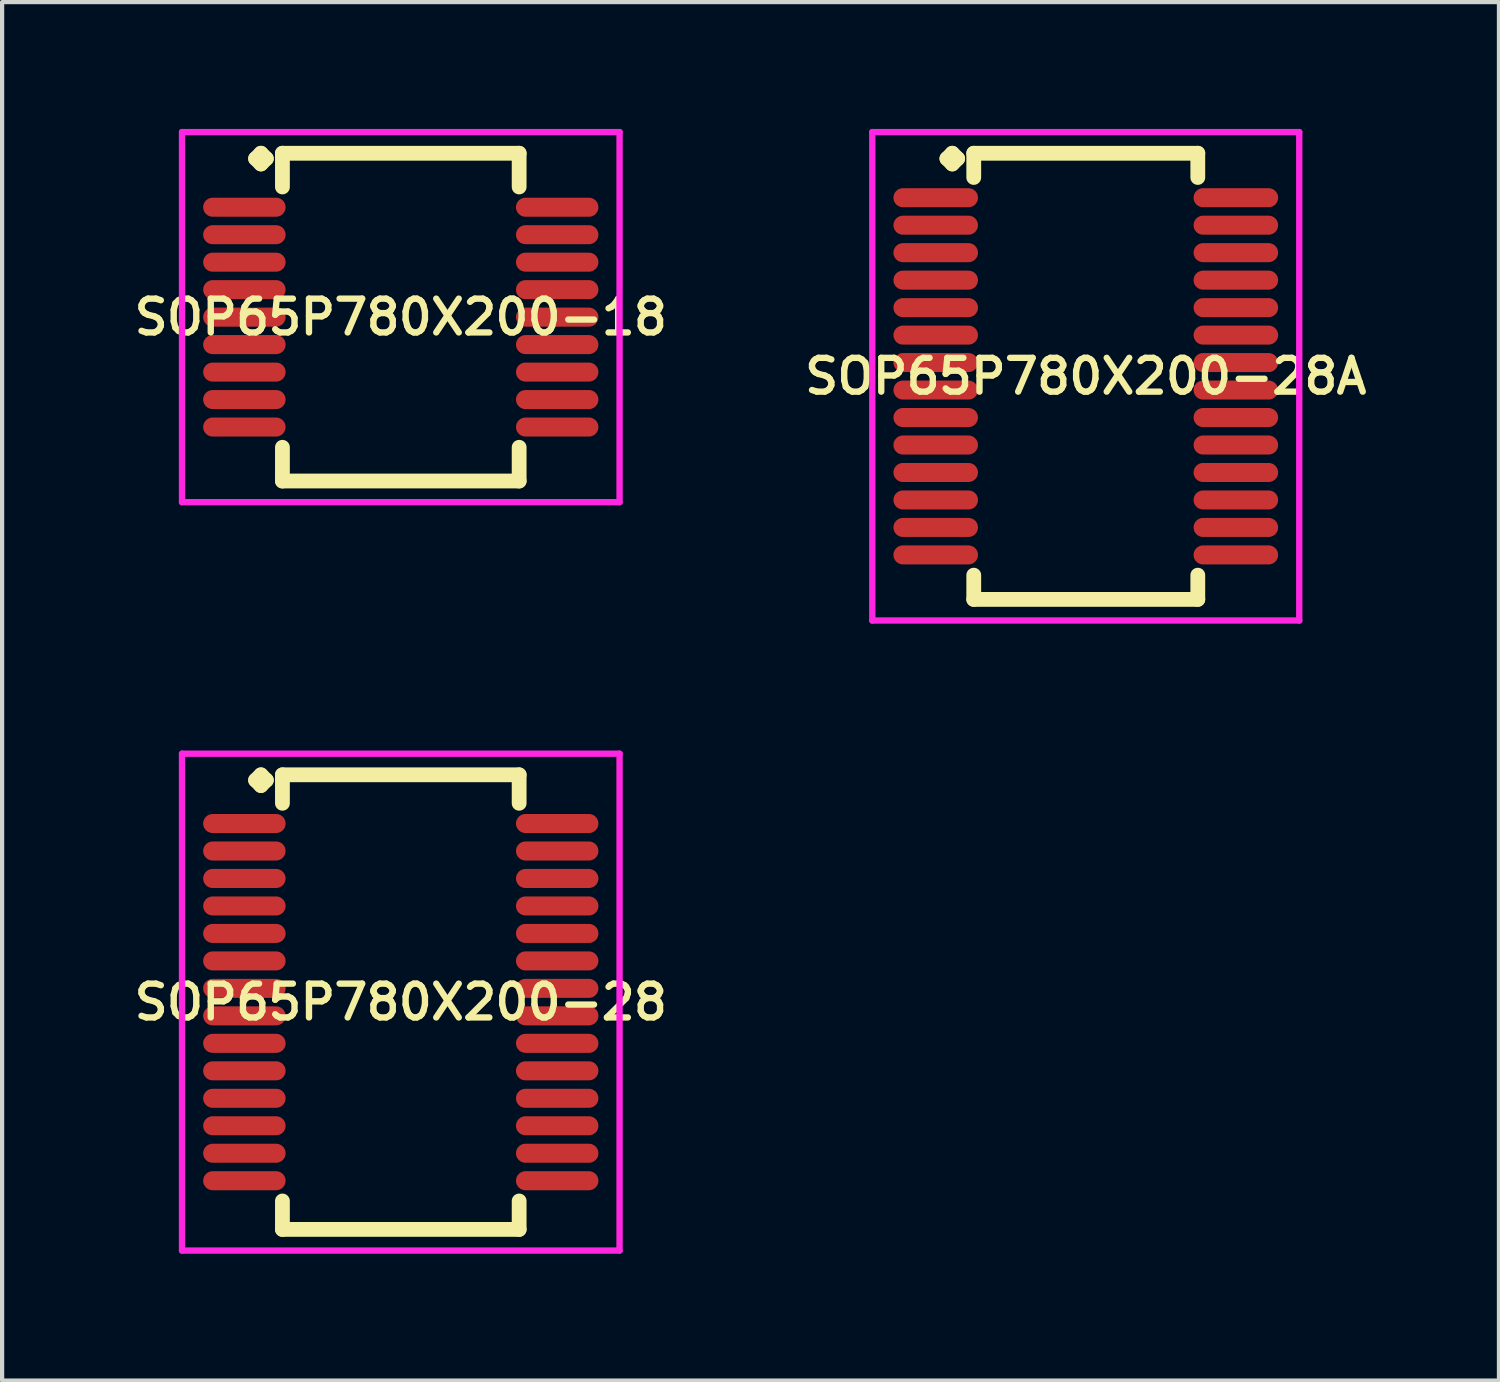
<source format=kicad_pcb>
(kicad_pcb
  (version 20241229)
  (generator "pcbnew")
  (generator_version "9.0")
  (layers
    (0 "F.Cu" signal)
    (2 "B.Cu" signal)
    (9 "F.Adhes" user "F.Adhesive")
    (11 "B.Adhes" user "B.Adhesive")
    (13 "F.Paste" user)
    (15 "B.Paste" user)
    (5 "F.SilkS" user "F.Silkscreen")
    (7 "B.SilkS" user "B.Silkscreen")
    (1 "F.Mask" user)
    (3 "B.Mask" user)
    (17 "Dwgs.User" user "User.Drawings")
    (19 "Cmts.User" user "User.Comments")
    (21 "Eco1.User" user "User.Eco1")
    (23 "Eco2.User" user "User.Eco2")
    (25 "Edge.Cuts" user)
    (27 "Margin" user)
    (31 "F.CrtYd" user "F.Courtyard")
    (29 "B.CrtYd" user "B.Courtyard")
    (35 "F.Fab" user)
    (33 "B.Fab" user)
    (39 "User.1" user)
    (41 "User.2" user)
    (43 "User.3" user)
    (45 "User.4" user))
  (footprint "SOP65P780X200-18"
    (layer "F.Cu")
    (at 6.431 4.452)
    (property "Reference" "SOP65P780X200-18" (at 0 0 0) (layer "F.SilkS") (effects (font (size 0.8 0.8) (thickness 0.15))))
    (attr smd)
    (fp_line (start -3.435 -3.75) (end -3.308 -3.877) (stroke (width 0.35) (type solid)) (layer "F.SilkS"))
    (fp_line (start -3.308 -3.877) (end -3.181 -3.75) (stroke (width 0.35) (type solid)) (layer "F.SilkS"))
    (fp_line (start -3.308 -3.623) (end -3.435 -3.75) (stroke (width 0.35) (type solid)) (layer "F.SilkS"))
    (fp_line (start -3.181 -3.75) (end -3.308 -3.623) (stroke (width 0.35) (type solid)) (layer "F.SilkS"))
    (fp_line (start -2.8 -3.877) (end 2.8 -3.877) (stroke (width 0.35) (type solid)) (layer "F.SilkS"))
    (fp_line (start -2.8 -3.079) (end -2.8 -3.877) (stroke (width 0.35) (type solid)) (layer "F.SilkS"))
    (fp_line (start -2.8 3.079) (end -2.8 3.877) (stroke (width 0.35) (type solid)) (layer "F.SilkS"))
    (fp_line (start -2.8 3.877) (end 2.8 3.877) (stroke (width 0.35) (type solid)) (layer "F.SilkS"))
    (fp_line (start 2.8 -3.877) (end 2.8 -3.079) (stroke (width 0.35) (type solid)) (layer "F.SilkS"))
    (fp_line (start 2.8 3.877) (end 2.8 3.079) (stroke (width 0.35) (type solid)) (layer "F.SilkS"))
    (fp_line (start -5.175 -4.377) (end 5.175 -4.377) (stroke (width 0.15) (type solid)) (layer "F.CrtYd"))
    (fp_line (start -5.175 4.377) (end -5.175 -4.377) (stroke (width 0.15) (type solid)) (layer "F.CrtYd"))
    (fp_line (start 5.175 -4.377) (end 5.175 4.377) (stroke (width 0.15) (type solid)) (layer "F.CrtYd"))
    (fp_line (start 5.175 4.377) (end -5.175 4.377) (stroke (width 0.15) (type solid)) (layer "F.CrtYd"))
    (pad "1" smd oval (at -3.7 -2.6) (size 1.95 0.45) (layers "F.Cu" "F.Mask" "F.Paste"))
    (pad "2" smd oval (at -3.7 -1.95) (size 1.95 0.45) (layers "F.Cu" "F.Mask" "F.Paste"))
    (pad "3" smd oval (at -3.7 -1.3) (size 1.95 0.45) (layers "F.Cu" "F.Mask" "F.Paste"))
    (pad "4" smd oval (at -3.7 -0.65) (size 1.95 0.45) (layers "F.Cu" "F.Mask" "F.Paste"))
    (pad "5" smd oval (at -3.7 0) (size 1.95 0.45) (layers "F.Cu" "F.Mask" "F.Paste"))
    (pad "6" smd oval (at -3.7 0.65) (size 1.95 0.45) (layers "F.Cu" "F.Mask" "F.Paste"))
    (pad "7" smd oval (at -3.7 1.3) (size 1.95 0.45) (layers "F.Cu" "F.Mask" "F.Paste"))
    (pad "8" smd oval (at -3.7 1.95) (size 1.95 0.45) (layers "F.Cu" "F.Mask" "F.Paste"))
    (pad "9" smd oval (at -3.7 2.6) (size 1.95 0.45) (layers "F.Cu" "F.Mask" "F.Paste"))
    (pad "10" smd oval (at 3.7 2.6) (size 1.95 0.45) (layers "F.Cu" "F.Mask" "F.Paste"))
    (pad "11" smd oval (at 3.7 1.95) (size 1.95 0.45) (layers "F.Cu" "F.Mask" "F.Paste"))
    (pad "12" smd oval (at 3.7 1.3) (size 1.95 0.45) (layers "F.Cu" "F.Mask" "F.Paste"))
    (pad "13" smd oval (at 3.7 0.65) (size 1.95 0.45) (layers "F.Cu" "F.Mask" "F.Paste"))
    (pad "14" smd oval (at 3.7 0) (size 1.95 0.45) (layers "F.Cu" "F.Mask" "F.Paste"))
    (pad "15" smd oval (at 3.7 -0.65) (size 1.95 0.45) (layers "F.Cu" "F.Mask" "F.Paste"))
    (pad "16" smd oval (at 3.7 -1.3) (size 1.95 0.45) (layers "F.Cu" "F.Mask" "F.Paste"))
    (pad "17" smd oval (at 3.7 -1.95) (size 1.95 0.45) (layers "F.Cu" "F.Mask" "F.Paste"))
    (pad "18" smd oval (at 3.7 -2.6) (size 1.95 0.45) (layers "F.Cu" "F.Mask" "F.Paste")))
  (footprint "SOP65P780X200-28A"
    (layer "F.Cu")
    (at 22.635 5.852)
    (property "Reference" "SOP65P780X200-28A" (at 0 0 0) (layer "F.SilkS") (effects (font (size 0.8 0.8) (thickness 0.15))))
    (attr smd)
    (fp_line (start -3.285 -5.15) (end -3.158 -5.277) (stroke (width 0.35) (type solid)) (layer "F.SilkS"))
    (fp_line (start -3.158 -5.277) (end -3.031 -5.15) (stroke (width 0.35) (type solid)) (layer "F.SilkS"))
    (fp_line (start -3.158 -5.023) (end -3.285 -5.15) (stroke (width 0.35) (type solid)) (layer "F.SilkS"))
    (fp_line (start -3.031 -5.15) (end -3.158 -5.023) (stroke (width 0.35) (type solid)) (layer "F.SilkS"))
    (fp_line (start -2.65 -5.277) (end 2.65 -5.277) (stroke (width 0.35) (type solid)) (layer "F.SilkS"))
    (fp_line (start -2.65 -4.704) (end -2.65 -5.277) (stroke (width 0.35) (type solid)) (layer "F.SilkS"))
    (fp_line (start -2.65 4.704) (end -2.65 5.277) (stroke (width 0.35) (type solid)) (layer "F.SilkS"))
    (fp_line (start -2.65 5.277) (end 2.65 5.277) (stroke (width 0.35) (type solid)) (layer "F.SilkS"))
    (fp_line (start 2.65 -5.277) (end 2.65 -4.704) (stroke (width 0.35) (type solid)) (layer "F.SilkS"))
    (fp_line (start 2.65 5.277) (end 2.65 4.704) (stroke (width 0.35) (type solid)) (layer "F.SilkS"))
    (fp_line (start -5.05 -5.777) (end 5.05 -5.777) (stroke (width 0.15) (type solid)) (layer "F.CrtYd"))
    (fp_line (start -5.05 5.777) (end -5.05 -5.777) (stroke (width 0.15) (type solid)) (layer "F.CrtYd"))
    (fp_line (start 5.05 -5.777) (end 5.05 5.777) (stroke (width 0.15) (type solid)) (layer "F.CrtYd"))
    (fp_line (start 5.05 5.777) (end -5.05 5.777) (stroke (width 0.15) (type solid)) (layer "F.CrtYd"))
    (pad "1" smd oval (at -3.55 -4.225) (size 2 0.45) (layers "F.Cu" "F.Mask" "F.Paste"))
    (pad "2" smd oval (at -3.55 -3.575) (size 2 0.45) (layers "F.Cu" "F.Mask" "F.Paste"))
    (pad "3" smd oval (at -3.55 -2.925) (size 2 0.45) (layers "F.Cu" "F.Mask" "F.Paste"))
    (pad "4" smd oval (at -3.55 -2.275) (size 2 0.45) (layers "F.Cu" "F.Mask" "F.Paste"))
    (pad "5" smd oval (at -3.55 -1.625) (size 2 0.45) (layers "F.Cu" "F.Mask" "F.Paste"))
    (pad "6" smd oval (at -3.55 -0.975) (size 2 0.45) (layers "F.Cu" "F.Mask" "F.Paste"))
    (pad "7" smd oval (at -3.55 -0.325) (size 2 0.45) (layers "F.Cu" "F.Mask" "F.Paste"))
    (pad "8" smd oval (at -3.55 0.325) (size 2 0.45) (layers "F.Cu" "F.Mask" "F.Paste"))
    (pad "9" smd oval (at -3.55 0.975) (size 2 0.45) (layers "F.Cu" "F.Mask" "F.Paste"))
    (pad "10" smd oval (at -3.55 1.625) (size 2 0.45) (layers "F.Cu" "F.Mask" "F.Paste"))
    (pad "11" smd oval (at -3.55 2.275) (size 2 0.45) (layers "F.Cu" "F.Mask" "F.Paste"))
    (pad "12" smd oval (at -3.55 2.925) (size 2 0.45) (layers "F.Cu" "F.Mask" "F.Paste"))
    (pad "13" smd oval (at -3.55 3.575) (size 2 0.45) (layers "F.Cu" "F.Mask" "F.Paste"))
    (pad "14" smd oval (at -3.55 4.225) (size 2 0.45) (layers "F.Cu" "F.Mask" "F.Paste"))
    (pad "15" smd oval (at 3.55 4.225) (size 2 0.45) (layers "F.Cu" "F.Mask" "F.Paste"))
    (pad "16" smd oval (at 3.55 3.575) (size 2 0.45) (layers "F.Cu" "F.Mask" "F.Paste"))
    (pad "17" smd oval (at 3.55 2.925) (size 2 0.45) (layers "F.Cu" "F.Mask" "F.Paste"))
    (pad "18" smd oval (at 3.55 2.275) (size 2 0.45) (layers "F.Cu" "F.Mask" "F.Paste"))
    (pad "19" smd oval (at 3.55 1.625) (size 2 0.45) (layers "F.Cu" "F.Mask" "F.Paste"))
    (pad "20" smd oval (at 3.55 0.975) (size 2 0.45) (layers "F.Cu" "F.Mask" "F.Paste"))
    (pad "21" smd oval (at 3.55 0.325) (size 2 0.45) (layers "F.Cu" "F.Mask" "F.Paste"))
    (pad "22" smd oval (at 3.55 -0.325) (size 2 0.45) (layers "F.Cu" "F.Mask" "F.Paste"))
    (pad "23" smd oval (at 3.55 -0.975) (size 2 0.45) (layers "F.Cu" "F.Mask" "F.Paste"))
    (pad "24" smd oval (at 3.55 -1.625) (size 2 0.45) (layers "F.Cu" "F.Mask" "F.Paste"))
    (pad "25" smd oval (at 3.55 -2.275) (size 2 0.45) (layers "F.Cu" "F.Mask" "F.Paste"))
    (pad "26" smd oval (at 3.55 -2.925) (size 2 0.45) (layers "F.Cu" "F.Mask" "F.Paste"))
    (pad "27" smd oval (at 3.55 -3.575) (size 2 0.45) (layers "F.Cu" "F.Mask" "F.Paste"))
    (pad "28" smd oval (at 3.55 -4.225) (size 2 0.45) (layers "F.Cu" "F.Mask" "F.Paste")))
  (footprint "SOP65P780X200-28"
    (layer "F.Cu")
    (at 6.431 20.656)
    (property "Reference" "SOP65P780X200-28" (at 0 0 0) (layer "F.SilkS") (effects (font (size 0.8 0.8) (thickness 0.15))))
    (attr smd)
    (fp_line (start -3.435 -5.25) (end -3.308 -5.377) (stroke (width 0.35) (type solid)) (layer "F.SilkS"))
    (fp_line (start -3.308 -5.377) (end -3.181 -5.25) (stroke (width 0.35) (type solid)) (layer "F.SilkS"))
    (fp_line (start -3.308 -5.123) (end -3.435 -5.25) (stroke (width 0.35) (type solid)) (layer "F.SilkS"))
    (fp_line (start -3.181 -5.25) (end -3.308 -5.123) (stroke (width 0.35) (type solid)) (layer "F.SilkS"))
    (fp_line (start -2.8 -5.377) (end 2.8 -5.377) (stroke (width 0.35) (type solid)) (layer "F.SilkS"))
    (fp_line (start -2.8 -4.704) (end -2.8 -5.377) (stroke (width 0.35) (type solid)) (layer "F.SilkS"))
    (fp_line (start -2.8 4.704) (end -2.8 5.377) (stroke (width 0.35) (type solid)) (layer "F.SilkS"))
    (fp_line (start -2.8 5.377) (end 2.8 5.377) (stroke (width 0.35) (type solid)) (layer "F.SilkS"))
    (fp_line (start 2.8 -5.377) (end 2.8 -4.704) (stroke (width 0.35) (type solid)) (layer "F.SilkS"))
    (fp_line (start 2.8 5.377) (end 2.8 4.704) (stroke (width 0.35) (type solid)) (layer "F.SilkS"))
    (fp_line (start -5.175 -5.877) (end 5.175 -5.877) (stroke (width 0.15) (type solid)) (layer "F.CrtYd"))
    (fp_line (start -5.175 5.877) (end -5.175 -5.877) (stroke (width 0.15) (type solid)) (layer "F.CrtYd"))
    (fp_line (start 5.175 -5.877) (end 5.175 5.877) (stroke (width 0.15) (type solid)) (layer "F.CrtYd"))
    (fp_line (start 5.175 5.877) (end -5.175 5.877) (stroke (width 0.15) (type solid)) (layer "F.CrtYd"))
    (pad "1" smd oval (at -3.7 -4.225) (size 1.95 0.45) (layers "F.Cu" "F.Mask" "F.Paste"))
    (pad "2" smd oval (at -3.7 -3.575) (size 1.95 0.45) (layers "F.Cu" "F.Mask" "F.Paste"))
    (pad "3" smd oval (at -3.7 -2.925) (size 1.95 0.45) (layers "F.Cu" "F.Mask" "F.Paste"))
    (pad "4" smd oval (at -3.7 -2.275) (size 1.95 0.45) (layers "F.Cu" "F.Mask" "F.Paste"))
    (pad "5" smd oval (at -3.7 -1.625) (size 1.95 0.45) (layers "F.Cu" "F.Mask" "F.Paste"))
    (pad "6" smd oval (at -3.7 -0.975) (size 1.95 0.45) (layers "F.Cu" "F.Mask" "F.Paste"))
    (pad "7" smd oval (at -3.7 -0.325) (size 1.95 0.45) (layers "F.Cu" "F.Mask" "F.Paste"))
    (pad "8" smd oval (at -3.7 0.325) (size 1.95 0.45) (layers "F.Cu" "F.Mask" "F.Paste"))
    (pad "9" smd oval (at -3.7 0.975) (size 1.95 0.45) (layers "F.Cu" "F.Mask" "F.Paste"))
    (pad "10" smd oval (at -3.7 1.625) (size 1.95 0.45) (layers "F.Cu" "F.Mask" "F.Paste"))
    (pad "11" smd oval (at -3.7 2.275) (size 1.95 0.45) (layers "F.Cu" "F.Mask" "F.Paste"))
    (pad "12" smd oval (at -3.7 2.925) (size 1.95 0.45) (layers "F.Cu" "F.Mask" "F.Paste"))
    (pad "13" smd oval (at -3.7 3.575) (size 1.95 0.45) (layers "F.Cu" "F.Mask" "F.Paste"))
    (pad "14" smd oval (at -3.7 4.225) (size 1.95 0.45) (layers "F.Cu" "F.Mask" "F.Paste"))
    (pad "15" smd oval (at 3.7 4.225) (size 1.95 0.45) (layers "F.Cu" "F.Mask" "F.Paste"))
    (pad "16" smd oval (at 3.7 3.575) (size 1.95 0.45) (layers "F.Cu" "F.Mask" "F.Paste"))
    (pad "17" smd oval (at 3.7 2.925) (size 1.95 0.45) (layers "F.Cu" "F.Mask" "F.Paste"))
    (pad "18" smd oval (at 3.7 2.275) (size 1.95 0.45) (layers "F.Cu" "F.Mask" "F.Paste"))
    (pad "19" smd oval (at 3.7 1.625) (size 1.95 0.45) (layers "F.Cu" "F.Mask" "F.Paste"))
    (pad "20" smd oval (at 3.7 0.975) (size 1.95 0.45) (layers "F.Cu" "F.Mask" "F.Paste"))
    (pad "21" smd oval (at 3.7 0.325) (size 1.95 0.45) (layers "F.Cu" "F.Mask" "F.Paste"))
    (pad "22" smd oval (at 3.7 -0.325) (size 1.95 0.45) (layers "F.Cu" "F.Mask" "F.Paste"))
    (pad "23" smd oval (at 3.7 -0.975) (size 1.95 0.45) (layers "F.Cu" "F.Mask" "F.Paste"))
    (pad "24" smd oval (at 3.7 -1.625) (size 1.95 0.45) (layers "F.Cu" "F.Mask" "F.Paste"))
    (pad "25" smd oval (at 3.7 -2.275) (size 1.95 0.45) (layers "F.Cu" "F.Mask" "F.Paste"))
    (pad "26" smd oval (at 3.7 -2.925) (size 1.95 0.45) (layers "F.Cu" "F.Mask" "F.Paste"))
    (pad "27" smd oval (at 3.7 -3.575) (size 1.95 0.45) (layers "F.Cu" "F.Mask" "F.Paste"))
    (pad "28" smd oval (at 3.7 -4.225) (size 1.95 0.45) (layers "F.Cu" "F.Mask" "F.Paste")))
  (gr_rect
    (start -3 -3)
    (end 32.409 29.608)
    (stroke (width 0.1) (type default))
    (fill no)
    (layer "Edge.Cuts")))
</source>
